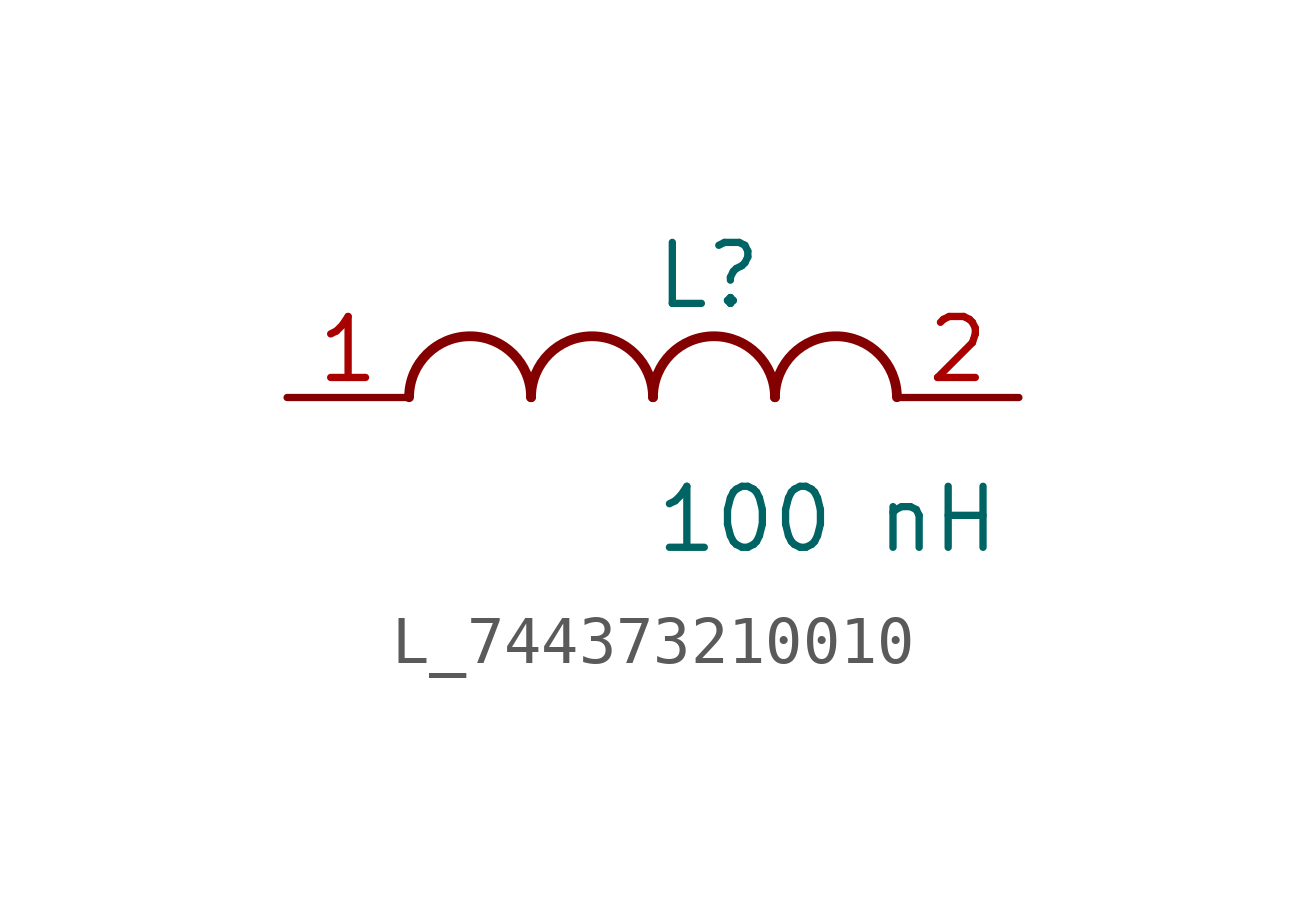
<source format=kicad_sym>
(kicad_symbol_lib
  (version 20231120)
  (generator kicad_symbol_editor)
  (generator_version 8.0)
  (symbol "L_744373210010"
    (pin_names
      (offset 0.254))
    (property "Reference" "L"
      (at 0 2.54 0)
      (effects (font (size 1.27 1.27)) (justify left)))
    (property "Value" "100 nH"
      (at 0 -2.54 0)
      (effects (font (size 1.27 1.27)) (justify left)))
    (symbol "L_744373210010_1_1"
      (arc (start -2.54 0.0056) (mid -3.81 1.27) (end -5.08 0.0056) (stroke (width 0.2032) (type default)) (fill (type none)))
      (arc (start 0 0.0056) (mid -1.27 1.27) (end -2.54 0.0056) (stroke (width 0.2032) (type default)) (fill (type none)))
      (arc (start 2.54 0.0056) (mid 1.27 1.27) (end 0 0.0056) (stroke (width 0.2032) (type default)) (fill (type none)))
      (arc (start 5.08 0.0056) (mid 3.81 1.27) (end 2.54 0.0056) (stroke (width 0.2032) (type default)) (fill (type none)))
      (pin unspecified line (at -7.62 0 0) (length 2.54) (name "" (effects (font (size 1.27 1.27)))) (number "1" (effects (font (size 1.27 1.27)))))
      (pin unspecified line (at 7.62 0 180) (length 2.54) (name "" (effects (font (size 1.27 1.27)))) (number "2" (effects (font (size 1.27 1.27))))))))
</source>
